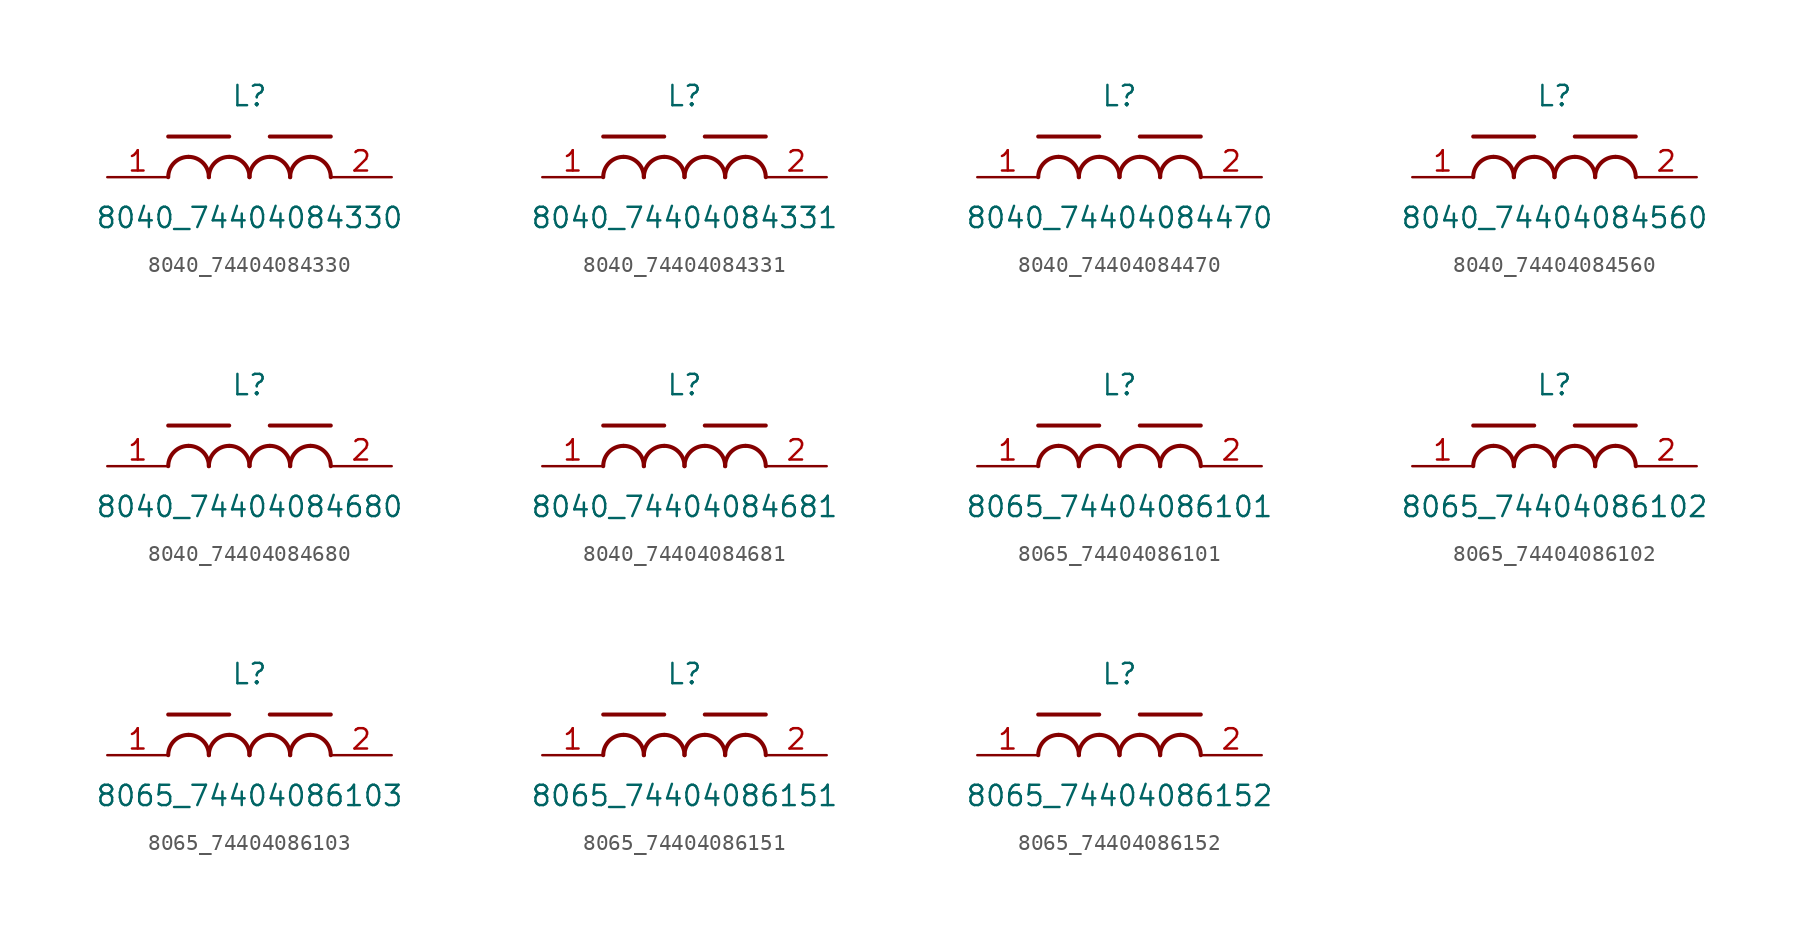
<source format=kicad_sym>
(kicad_symbol_lib
  (version 20211014)
  (generator kicad_symbol_editor)
  (symbol "Inductor_Wurth_WE-LQS:8040_74404084330"
    (pin_names hide)
    (property "Reference" "L"
      (at 0 5.08 0)
      (effects (font (size 1.27 1.27))))
    (property "Value" "8040_74404084330"
      (at 0 -2.54 0)
      (effects (font (size 1.27 1.27))))
    (symbol "8040_74404084330_0_1"
      (arc (start -3.81 1.27) (mid -4.708 0.898) (end -5.08 0) (stroke (width 0.254) (type default) (color 0 0 0 0)) (fill (type none)))
      (arc (start -2.54 0) (mid -2.912 0.898) (end -3.81 1.27) (stroke (width 0.254) (type default) (color 0 0 0 0)) (fill (type none)))
      (arc (start -1.2699 1.2701) (mid -2.1679 0.8981) (end -2.5399 0.0001) (stroke (width 0.254) (type default) (color 0 0 0 0)) (fill (type none)))
      (polyline (pts (xy -5.08 2.54) (xy -1.27 2.54)) (stroke (width 0.254) (type default) (color 0 0 0 0)) (fill (type none)))
      (polyline (pts (xy 5.08 2.54) (xy 1.27 2.54)) (stroke (width 0.254) (type default) (color 0 0 0 0)) (fill (type none)))
      (arc (start 0.0001 0.0001) (mid -0.3719 0.8981) (end -1.2699 1.2701) (stroke (width 0.254) (type default) (color 0 0 0 0)) (fill (type none)))
      (arc (start 1.2701 1.2701) (mid 0.3721 0.8981) (end 0.0001 0.0001) (stroke (width 0.254) (type default) (color 0 0 0 0)) (fill (type none)))
      (arc (start 2.5401 0.0001) (mid 2.1681 0.8981) (end 1.2701 1.2701) (stroke (width 0.254) (type default) (color 0 0 0 0)) (fill (type none)))
      (arc (start 3.8101 1.2701) (mid 2.9121 0.8981) (end 2.5401 0.0001) (stroke (width 0.254) (type default) (color 0 0 0 0)) (fill (type none)))
      (arc (start 5.0801 0.0001) (mid 4.7081 0.8981) (end 3.8101 1.2701) (stroke (width 0.254) (type default) (color 0 0 0 0)) (fill (type none))))
    (symbol "8040_74404084330_1_1"
      (pin passive line (at -8.89 0 0) (length 3.81) (name "1" (effects (font (size 1.27 1.27)))) (number "1" (effects (font (size 1.27 1.27)))))
      (pin passive line (at 8.89 0 180) (length 3.81) (name "2" (effects (font (size 1.27 1.27)))) (number "2" (effects (font (size 1.27 1.27)))))))
  (symbol "Inductor_Wurth_WE-LQS:8040_74404084331"
    (pin_names hide)
    (property "Reference" "L"
      (at 0 5.08 0)
      (effects (font (size 1.27 1.27))))
    (property "Value" "8040_74404084331"
      (at 0 -2.54 0)
      (effects (font (size 1.27 1.27))))
    (symbol "8040_74404084331_0_1"
      (arc (start -3.81 1.27) (mid -4.708 0.898) (end -5.08 0) (stroke (width 0.254) (type default) (color 0 0 0 0)) (fill (type none)))
      (arc (start -2.54 0) (mid -2.912 0.898) (end -3.81 1.27) (stroke (width 0.254) (type default) (color 0 0 0 0)) (fill (type none)))
      (arc (start -1.2699 1.2701) (mid -2.1679 0.8981) (end -2.5399 0.0001) (stroke (width 0.254) (type default) (color 0 0 0 0)) (fill (type none)))
      (polyline (pts (xy -5.08 2.54) (xy -1.27 2.54)) (stroke (width 0.254) (type default) (color 0 0 0 0)) (fill (type none)))
      (polyline (pts (xy 5.08 2.54) (xy 1.27 2.54)) (stroke (width 0.254) (type default) (color 0 0 0 0)) (fill (type none)))
      (arc (start 0.0001 0.0001) (mid -0.3719 0.8981) (end -1.2699 1.2701) (stroke (width 0.254) (type default) (color 0 0 0 0)) (fill (type none)))
      (arc (start 1.2701 1.2701) (mid 0.3721 0.8981) (end 0.0001 0.0001) (stroke (width 0.254) (type default) (color 0 0 0 0)) (fill (type none)))
      (arc (start 2.5401 0.0001) (mid 2.1681 0.8981) (end 1.2701 1.2701) (stroke (width 0.254) (type default) (color 0 0 0 0)) (fill (type none)))
      (arc (start 3.8101 1.2701) (mid 2.9121 0.8981) (end 2.5401 0.0001) (stroke (width 0.254) (type default) (color 0 0 0 0)) (fill (type none)))
      (arc (start 5.0801 0.0001) (mid 4.7081 0.8981) (end 3.8101 1.2701) (stroke (width 0.254) (type default) (color 0 0 0 0)) (fill (type none))))
    (symbol "8040_74404084331_1_1"
      (pin passive line (at -8.89 0 0) (length 3.81) (name "1" (effects (font (size 1.27 1.27)))) (number "1" (effects (font (size 1.27 1.27)))))
      (pin passive line (at 8.89 0 180) (length 3.81) (name "2" (effects (font (size 1.27 1.27)))) (number "2" (effects (font (size 1.27 1.27)))))))
  (symbol "Inductor_Wurth_WE-LQS:8040_74404084470"
    (pin_names hide)
    (property "Reference" "L"
      (at 0 5.08 0)
      (effects (font (size 1.27 1.27))))
    (property "Value" "8040_74404084470"
      (at 0 -2.54 0)
      (effects (font (size 1.27 1.27))))
    (symbol "8040_74404084470_0_1"
      (arc (start -3.81 1.27) (mid -4.708 0.898) (end -5.08 0) (stroke (width 0.254) (type default) (color 0 0 0 0)) (fill (type none)))
      (arc (start -2.54 0) (mid -2.912 0.898) (end -3.81 1.27) (stroke (width 0.254) (type default) (color 0 0 0 0)) (fill (type none)))
      (arc (start -1.2699 1.2701) (mid -2.1679 0.8981) (end -2.5399 0.0001) (stroke (width 0.254) (type default) (color 0 0 0 0)) (fill (type none)))
      (polyline (pts (xy -5.08 2.54) (xy -1.27 2.54)) (stroke (width 0.254) (type default) (color 0 0 0 0)) (fill (type none)))
      (polyline (pts (xy 5.08 2.54) (xy 1.27 2.54)) (stroke (width 0.254) (type default) (color 0 0 0 0)) (fill (type none)))
      (arc (start 0.0001 0.0001) (mid -0.3719 0.8981) (end -1.2699 1.2701) (stroke (width 0.254) (type default) (color 0 0 0 0)) (fill (type none)))
      (arc (start 1.2701 1.2701) (mid 0.3721 0.8981) (end 0.0001 0.0001) (stroke (width 0.254) (type default) (color 0 0 0 0)) (fill (type none)))
      (arc (start 2.5401 0.0001) (mid 2.1681 0.8981) (end 1.2701 1.2701) (stroke (width 0.254) (type default) (color 0 0 0 0)) (fill (type none)))
      (arc (start 3.8101 1.2701) (mid 2.9121 0.8981) (end 2.5401 0.0001) (stroke (width 0.254) (type default) (color 0 0 0 0)) (fill (type none)))
      (arc (start 5.0801 0.0001) (mid 4.7081 0.8981) (end 3.8101 1.2701) (stroke (width 0.254) (type default) (color 0 0 0 0)) (fill (type none))))
    (symbol "8040_74404084470_1_1"
      (pin passive line (at -8.89 0 0) (length 3.81) (name "1" (effects (font (size 1.27 1.27)))) (number "1" (effects (font (size 1.27 1.27)))))
      (pin passive line (at 8.89 0 180) (length 3.81) (name "2" (effects (font (size 1.27 1.27)))) (number "2" (effects (font (size 1.27 1.27)))))))
  (symbol "Inductor_Wurth_WE-LQS:8040_74404084560"
    (pin_names hide)
    (property "Reference" "L"
      (at 0 5.08 0)
      (effects (font (size 1.27 1.27))))
    (property "Value" "8040_74404084560"
      (at 0 -2.54 0)
      (effects (font (size 1.27 1.27))))
    (symbol "8040_74404084560_0_1"
      (arc (start -3.81 1.27) (mid -4.708 0.898) (end -5.08 0) (stroke (width 0.254) (type default) (color 0 0 0 0)) (fill (type none)))
      (arc (start -2.54 0) (mid -2.912 0.898) (end -3.81 1.27) (stroke (width 0.254) (type default) (color 0 0 0 0)) (fill (type none)))
      (arc (start -1.2699 1.2701) (mid -2.1679 0.8981) (end -2.5399 0.0001) (stroke (width 0.254) (type default) (color 0 0 0 0)) (fill (type none)))
      (polyline (pts (xy -5.08 2.54) (xy -1.27 2.54)) (stroke (width 0.254) (type default) (color 0 0 0 0)) (fill (type none)))
      (polyline (pts (xy 5.08 2.54) (xy 1.27 2.54)) (stroke (width 0.254) (type default) (color 0 0 0 0)) (fill (type none)))
      (arc (start 0.0001 0.0001) (mid -0.3719 0.8981) (end -1.2699 1.2701) (stroke (width 0.254) (type default) (color 0 0 0 0)) (fill (type none)))
      (arc (start 1.2701 1.2701) (mid 0.3721 0.8981) (end 0.0001 0.0001) (stroke (width 0.254) (type default) (color 0 0 0 0)) (fill (type none)))
      (arc (start 2.5401 0.0001) (mid 2.1681 0.8981) (end 1.2701 1.2701) (stroke (width 0.254) (type default) (color 0 0 0 0)) (fill (type none)))
      (arc (start 3.8101 1.2701) (mid 2.9121 0.8981) (end 2.5401 0.0001) (stroke (width 0.254) (type default) (color 0 0 0 0)) (fill (type none)))
      (arc (start 5.0801 0.0001) (mid 4.7081 0.8981) (end 3.8101 1.2701) (stroke (width 0.254) (type default) (color 0 0 0 0)) (fill (type none))))
    (symbol "8040_74404084560_1_1"
      (pin passive line (at -8.89 0 0) (length 3.81) (name "1" (effects (font (size 1.27 1.27)))) (number "1" (effects (font (size 1.27 1.27)))))
      (pin passive line (at 8.89 0 180) (length 3.81) (name "2" (effects (font (size 1.27 1.27)))) (number "2" (effects (font (size 1.27 1.27)))))))
  (symbol "Inductor_Wurth_WE-LQS:8040_74404084680"
    (pin_names hide)
    (property "Reference" "L"
      (at 0 5.08 0)
      (effects (font (size 1.27 1.27))))
    (property "Value" "8040_74404084680"
      (at 0 -2.54 0)
      (effects (font (size 1.27 1.27))))
    (symbol "8040_74404084680_0_1"
      (arc (start -3.81 1.27) (mid -4.708 0.898) (end -5.08 0) (stroke (width 0.254) (type default) (color 0 0 0 0)) (fill (type none)))
      (arc (start -2.54 0) (mid -2.912 0.898) (end -3.81 1.27) (stroke (width 0.254) (type default) (color 0 0 0 0)) (fill (type none)))
      (arc (start -1.2699 1.2701) (mid -2.1679 0.8981) (end -2.5399 0.0001) (stroke (width 0.254) (type default) (color 0 0 0 0)) (fill (type none)))
      (polyline (pts (xy -5.08 2.54) (xy -1.27 2.54)) (stroke (width 0.254) (type default) (color 0 0 0 0)) (fill (type none)))
      (polyline (pts (xy 5.08 2.54) (xy 1.27 2.54)) (stroke (width 0.254) (type default) (color 0 0 0 0)) (fill (type none)))
      (arc (start 0.0001 0.0001) (mid -0.3719 0.8981) (end -1.2699 1.2701) (stroke (width 0.254) (type default) (color 0 0 0 0)) (fill (type none)))
      (arc (start 1.2701 1.2701) (mid 0.3721 0.8981) (end 0.0001 0.0001) (stroke (width 0.254) (type default) (color 0 0 0 0)) (fill (type none)))
      (arc (start 2.5401 0.0001) (mid 2.1681 0.8981) (end 1.2701 1.2701) (stroke (width 0.254) (type default) (color 0 0 0 0)) (fill (type none)))
      (arc (start 3.8101 1.2701) (mid 2.9121 0.8981) (end 2.5401 0.0001) (stroke (width 0.254) (type default) (color 0 0 0 0)) (fill (type none)))
      (arc (start 5.0801 0.0001) (mid 4.7081 0.8981) (end 3.8101 1.2701) (stroke (width 0.254) (type default) (color 0 0 0 0)) (fill (type none))))
    (symbol "8040_74404084680_1_1"
      (pin passive line (at -8.89 0 0) (length 3.81) (name "1" (effects (font (size 1.27 1.27)))) (number "1" (effects (font (size 1.27 1.27)))))
      (pin passive line (at 8.89 0 180) (length 3.81) (name "2" (effects (font (size 1.27 1.27)))) (number "2" (effects (font (size 1.27 1.27)))))))
  (symbol "Inductor_Wurth_WE-LQS:8040_74404084681"
    (pin_names hide)
    (property "Reference" "L"
      (at 0 5.08 0)
      (effects (font (size 1.27 1.27))))
    (property "Value" "8040_74404084681"
      (at 0 -2.54 0)
      (effects (font (size 1.27 1.27))))
    (symbol "8040_74404084681_0_1"
      (arc (start -3.81 1.27) (mid -4.708 0.898) (end -5.08 0) (stroke (width 0.254) (type default) (color 0 0 0 0)) (fill (type none)))
      (arc (start -2.54 0) (mid -2.912 0.898) (end -3.81 1.27) (stroke (width 0.254) (type default) (color 0 0 0 0)) (fill (type none)))
      (arc (start -1.2699 1.2701) (mid -2.1679 0.8981) (end -2.5399 0.0001) (stroke (width 0.254) (type default) (color 0 0 0 0)) (fill (type none)))
      (polyline (pts (xy -5.08 2.54) (xy -1.27 2.54)) (stroke (width 0.254) (type default) (color 0 0 0 0)) (fill (type none)))
      (polyline (pts (xy 5.08 2.54) (xy 1.27 2.54)) (stroke (width 0.254) (type default) (color 0 0 0 0)) (fill (type none)))
      (arc (start 0.0001 0.0001) (mid -0.3719 0.8981) (end -1.2699 1.2701) (stroke (width 0.254) (type default) (color 0 0 0 0)) (fill (type none)))
      (arc (start 1.2701 1.2701) (mid 0.3721 0.8981) (end 0.0001 0.0001) (stroke (width 0.254) (type default) (color 0 0 0 0)) (fill (type none)))
      (arc (start 2.5401 0.0001) (mid 2.1681 0.8981) (end 1.2701 1.2701) (stroke (width 0.254) (type default) (color 0 0 0 0)) (fill (type none)))
      (arc (start 3.8101 1.2701) (mid 2.9121 0.8981) (end 2.5401 0.0001) (stroke (width 0.254) (type default) (color 0 0 0 0)) (fill (type none)))
      (arc (start 5.0801 0.0001) (mid 4.7081 0.8981) (end 3.8101 1.2701) (stroke (width 0.254) (type default) (color 0 0 0 0)) (fill (type none))))
    (symbol "8040_74404084681_1_1"
      (pin passive line (at -8.89 0 0) (length 3.81) (name "1" (effects (font (size 1.27 1.27)))) (number "1" (effects (font (size 1.27 1.27)))))
      (pin passive line (at 8.89 0 180) (length 3.81) (name "2" (effects (font (size 1.27 1.27)))) (number "2" (effects (font (size 1.27 1.27)))))))
  (symbol "Inductor_Wurth_WE-LQS:8065_74404086101"
    (pin_names hide)
    (property "Reference" "L"
      (at 0 5.08 0)
      (effects (font (size 1.27 1.27))))
    (property "Value" "8065_74404086101"
      (at 0 -2.54 0)
      (effects (font (size 1.27 1.27))))
    (symbol "8065_74404086101_0_1"
      (arc (start -3.81 1.27) (mid -4.708 0.898) (end -5.08 0) (stroke (width 0.254) (type default) (color 0 0 0 0)) (fill (type none)))
      (arc (start -2.54 0) (mid -2.912 0.898) (end -3.81 1.27) (stroke (width 0.254) (type default) (color 0 0 0 0)) (fill (type none)))
      (arc (start -1.2699 1.2701) (mid -2.1679 0.8981) (end -2.5399 0.0001) (stroke (width 0.254) (type default) (color 0 0 0 0)) (fill (type none)))
      (polyline (pts (xy -5.08 2.54) (xy -1.27 2.54)) (stroke (width 0.254) (type default) (color 0 0 0 0)) (fill (type none)))
      (polyline (pts (xy 5.08 2.54) (xy 1.27 2.54)) (stroke (width 0.254) (type default) (color 0 0 0 0)) (fill (type none)))
      (arc (start 0.0001 0.0001) (mid -0.3719 0.8981) (end -1.2699 1.2701) (stroke (width 0.254) (type default) (color 0 0 0 0)) (fill (type none)))
      (arc (start 1.2701 1.2701) (mid 0.3721 0.8981) (end 0.0001 0.0001) (stroke (width 0.254) (type default) (color 0 0 0 0)) (fill (type none)))
      (arc (start 2.5401 0.0001) (mid 2.1681 0.8981) (end 1.2701 1.2701) (stroke (width 0.254) (type default) (color 0 0 0 0)) (fill (type none)))
      (arc (start 3.8101 1.2701) (mid 2.9121 0.8981) (end 2.5401 0.0001) (stroke (width 0.254) (type default) (color 0 0 0 0)) (fill (type none)))
      (arc (start 5.0801 0.0001) (mid 4.7081 0.8981) (end 3.8101 1.2701) (stroke (width 0.254) (type default) (color 0 0 0 0)) (fill (type none))))
    (symbol "8065_74404086101_1_1"
      (pin passive line (at -8.89 0 0) (length 3.81) (name "1" (effects (font (size 1.27 1.27)))) (number "1" (effects (font (size 1.27 1.27)))))
      (pin passive line (at 8.89 0 180) (length 3.81) (name "2" (effects (font (size 1.27 1.27)))) (number "2" (effects (font (size 1.27 1.27)))))))
  (symbol "Inductor_Wurth_WE-LQS:8065_74404086102"
    (pin_names hide)
    (property "Reference" "L"
      (at 0 5.08 0)
      (effects (font (size 1.27 1.27))))
    (property "Value" "8065_74404086102"
      (at 0 -2.54 0)
      (effects (font (size 1.27 1.27))))
    (symbol "8065_74404086102_0_1"
      (arc (start -3.81 1.27) (mid -4.708 0.898) (end -5.08 0) (stroke (width 0.254) (type default) (color 0 0 0 0)) (fill (type none)))
      (arc (start -2.54 0) (mid -2.912 0.898) (end -3.81 1.27) (stroke (width 0.254) (type default) (color 0 0 0 0)) (fill (type none)))
      (arc (start -1.2699 1.2701) (mid -2.1679 0.8981) (end -2.5399 0.0001) (stroke (width 0.254) (type default) (color 0 0 0 0)) (fill (type none)))
      (polyline (pts (xy -5.08 2.54) (xy -1.27 2.54)) (stroke (width 0.254) (type default) (color 0 0 0 0)) (fill (type none)))
      (polyline (pts (xy 5.08 2.54) (xy 1.27 2.54)) (stroke (width 0.254) (type default) (color 0 0 0 0)) (fill (type none)))
      (arc (start 0.0001 0.0001) (mid -0.3719 0.8981) (end -1.2699 1.2701) (stroke (width 0.254) (type default) (color 0 0 0 0)) (fill (type none)))
      (arc (start 1.2701 1.2701) (mid 0.3721 0.8981) (end 0.0001 0.0001) (stroke (width 0.254) (type default) (color 0 0 0 0)) (fill (type none)))
      (arc (start 2.5401 0.0001) (mid 2.1681 0.8981) (end 1.2701 1.2701) (stroke (width 0.254) (type default) (color 0 0 0 0)) (fill (type none)))
      (arc (start 3.8101 1.2701) (mid 2.9121 0.8981) (end 2.5401 0.0001) (stroke (width 0.254) (type default) (color 0 0 0 0)) (fill (type none)))
      (arc (start 5.0801 0.0001) (mid 4.7081 0.8981) (end 3.8101 1.2701) (stroke (width 0.254) (type default) (color 0 0 0 0)) (fill (type none))))
    (symbol "8065_74404086102_1_1"
      (pin passive line (at -8.89 0 0) (length 3.81) (name "1" (effects (font (size 1.27 1.27)))) (number "1" (effects (font (size 1.27 1.27)))))
      (pin passive line (at 8.89 0 180) (length 3.81) (name "2" (effects (font (size 1.27 1.27)))) (number "2" (effects (font (size 1.27 1.27)))))))
  (symbol "Inductor_Wurth_WE-LQS:8065_74404086103"
    (pin_names hide)
    (property "Reference" "L"
      (at 0 5.08 0)
      (effects (font (size 1.27 1.27))))
    (property "Value" "8065_74404086103"
      (at 0 -2.54 0)
      (effects (font (size 1.27 1.27))))
    (symbol "8065_74404086103_0_1"
      (arc (start -3.81 1.27) (mid -4.708 0.898) (end -5.08 0) (stroke (width 0.254) (type default) (color 0 0 0 0)) (fill (type none)))
      (arc (start -2.54 0) (mid -2.912 0.898) (end -3.81 1.27) (stroke (width 0.254) (type default) (color 0 0 0 0)) (fill (type none)))
      (arc (start -1.2699 1.2701) (mid -2.1679 0.8981) (end -2.5399 0.0001) (stroke (width 0.254) (type default) (color 0 0 0 0)) (fill (type none)))
      (polyline (pts (xy -5.08 2.54) (xy -1.27 2.54)) (stroke (width 0.254) (type default) (color 0 0 0 0)) (fill (type none)))
      (polyline (pts (xy 5.08 2.54) (xy 1.27 2.54)) (stroke (width 0.254) (type default) (color 0 0 0 0)) (fill (type none)))
      (arc (start 0.0001 0.0001) (mid -0.3719 0.8981) (end -1.2699 1.2701) (stroke (width 0.254) (type default) (color 0 0 0 0)) (fill (type none)))
      (arc (start 1.2701 1.2701) (mid 0.3721 0.8981) (end 0.0001 0.0001) (stroke (width 0.254) (type default) (color 0 0 0 0)) (fill (type none)))
      (arc (start 2.5401 0.0001) (mid 2.1681 0.8981) (end 1.2701 1.2701) (stroke (width 0.254) (type default) (color 0 0 0 0)) (fill (type none)))
      (arc (start 3.8101 1.2701) (mid 2.9121 0.8981) (end 2.5401 0.0001) (stroke (width 0.254) (type default) (color 0 0 0 0)) (fill (type none)))
      (arc (start 5.0801 0.0001) (mid 4.7081 0.8981) (end 3.8101 1.2701) (stroke (width 0.254) (type default) (color 0 0 0 0)) (fill (type none))))
    (symbol "8065_74404086103_1_1"
      (pin passive line (at -8.89 0 0) (length 3.81) (name "1" (effects (font (size 1.27 1.27)))) (number "1" (effects (font (size 1.27 1.27)))))
      (pin passive line (at 8.89 0 180) (length 3.81) (name "2" (effects (font (size 1.27 1.27)))) (number "2" (effects (font (size 1.27 1.27)))))))
  (symbol "Inductor_Wurth_WE-LQS:8065_74404086151"
    (pin_names hide)
    (property "Reference" "L"
      (at 0 5.08 0)
      (effects (font (size 1.27 1.27))))
    (property "Value" "8065_74404086151"
      (at 0 -2.54 0)
      (effects (font (size 1.27 1.27))))
    (symbol "8065_74404086151_0_1"
      (arc (start -3.81 1.27) (mid -4.708 0.898) (end -5.08 0) (stroke (width 0.254) (type default) (color 0 0 0 0)) (fill (type none)))
      (arc (start -2.54 0) (mid -2.912 0.898) (end -3.81 1.27) (stroke (width 0.254) (type default) (color 0 0 0 0)) (fill (type none)))
      (arc (start -1.2699 1.2701) (mid -2.1679 0.8981) (end -2.5399 0.0001) (stroke (width 0.254) (type default) (color 0 0 0 0)) (fill (type none)))
      (polyline (pts (xy -5.08 2.54) (xy -1.27 2.54)) (stroke (width 0.254) (type default) (color 0 0 0 0)) (fill (type none)))
      (polyline (pts (xy 5.08 2.54) (xy 1.27 2.54)) (stroke (width 0.254) (type default) (color 0 0 0 0)) (fill (type none)))
      (arc (start 0.0001 0.0001) (mid -0.3719 0.8981) (end -1.2699 1.2701) (stroke (width 0.254) (type default) (color 0 0 0 0)) (fill (type none)))
      (arc (start 1.2701 1.2701) (mid 0.3721 0.8981) (end 0.0001 0.0001) (stroke (width 0.254) (type default) (color 0 0 0 0)) (fill (type none)))
      (arc (start 2.5401 0.0001) (mid 2.1681 0.8981) (end 1.2701 1.2701) (stroke (width 0.254) (type default) (color 0 0 0 0)) (fill (type none)))
      (arc (start 3.8101 1.2701) (mid 2.9121 0.8981) (end 2.5401 0.0001) (stroke (width 0.254) (type default) (color 0 0 0 0)) (fill (type none)))
      (arc (start 5.0801 0.0001) (mid 4.7081 0.8981) (end 3.8101 1.2701) (stroke (width 0.254) (type default) (color 0 0 0 0)) (fill (type none))))
    (symbol "8065_74404086151_1_1"
      (pin passive line (at -8.89 0 0) (length 3.81) (name "1" (effects (font (size 1.27 1.27)))) (number "1" (effects (font (size 1.27 1.27)))))
      (pin passive line (at 8.89 0 180) (length 3.81) (name "2" (effects (font (size 1.27 1.27)))) (number "2" (effects (font (size 1.27 1.27)))))))
  (symbol "Inductor_Wurth_WE-LQS:8065_74404086152"
    (pin_names hide)
    (property "Reference" "L"
      (at 0 5.08 0)
      (effects (font (size 1.27 1.27))))
    (property "Value" "8065_74404086152"
      (at 0 -2.54 0)
      (effects (font (size 1.27 1.27))))
    (symbol "8065_74404086152_0_1"
      (arc (start -3.81 1.27) (mid -4.708 0.898) (end -5.08 0) (stroke (width 0.254) (type default) (color 0 0 0 0)) (fill (type none)))
      (arc (start -2.54 0) (mid -2.912 0.898) (end -3.81 1.27) (stroke (width 0.254) (type default) (color 0 0 0 0)) (fill (type none)))
      (arc (start -1.2699 1.2701) (mid -2.1679 0.8981) (end -2.5399 0.0001) (stroke (width 0.254) (type default) (color 0 0 0 0)) (fill (type none)))
      (polyline (pts (xy -5.08 2.54) (xy -1.27 2.54)) (stroke (width 0.254) (type default) (color 0 0 0 0)) (fill (type none)))
      (polyline (pts (xy 5.08 2.54) (xy 1.27 2.54)) (stroke (width 0.254) (type default) (color 0 0 0 0)) (fill (type none)))
      (arc (start 0.0001 0.0001) (mid -0.3719 0.8981) (end -1.2699 1.2701) (stroke (width 0.254) (type default) (color 0 0 0 0)) (fill (type none)))
      (arc (start 1.2701 1.2701) (mid 0.3721 0.8981) (end 0.0001 0.0001) (stroke (width 0.254) (type default) (color 0 0 0 0)) (fill (type none)))
      (arc (start 2.5401 0.0001) (mid 2.1681 0.8981) (end 1.2701 1.2701) (stroke (width 0.254) (type default) (color 0 0 0 0)) (fill (type none)))
      (arc (start 3.8101 1.2701) (mid 2.9121 0.8981) (end 2.5401 0.0001) (stroke (width 0.254) (type default) (color 0 0 0 0)) (fill (type none)))
      (arc (start 5.0801 0.0001) (mid 4.7081 0.8981) (end 3.8101 1.2701) (stroke (width 0.254) (type default) (color 0 0 0 0)) (fill (type none))))
    (symbol "8065_74404086152_1_1"
      (pin passive line (at -8.89 0 0) (length 3.81) (name "1" (effects (font (size 1.27 1.27)))) (number "1" (effects (font (size 1.27 1.27)))))
      (pin passive line (at 8.89 0 180) (length 3.81) (name "2" (effects (font (size 1.27 1.27)))) (number "2" (effects (font (size 1.27 1.27))))))))
</source>
